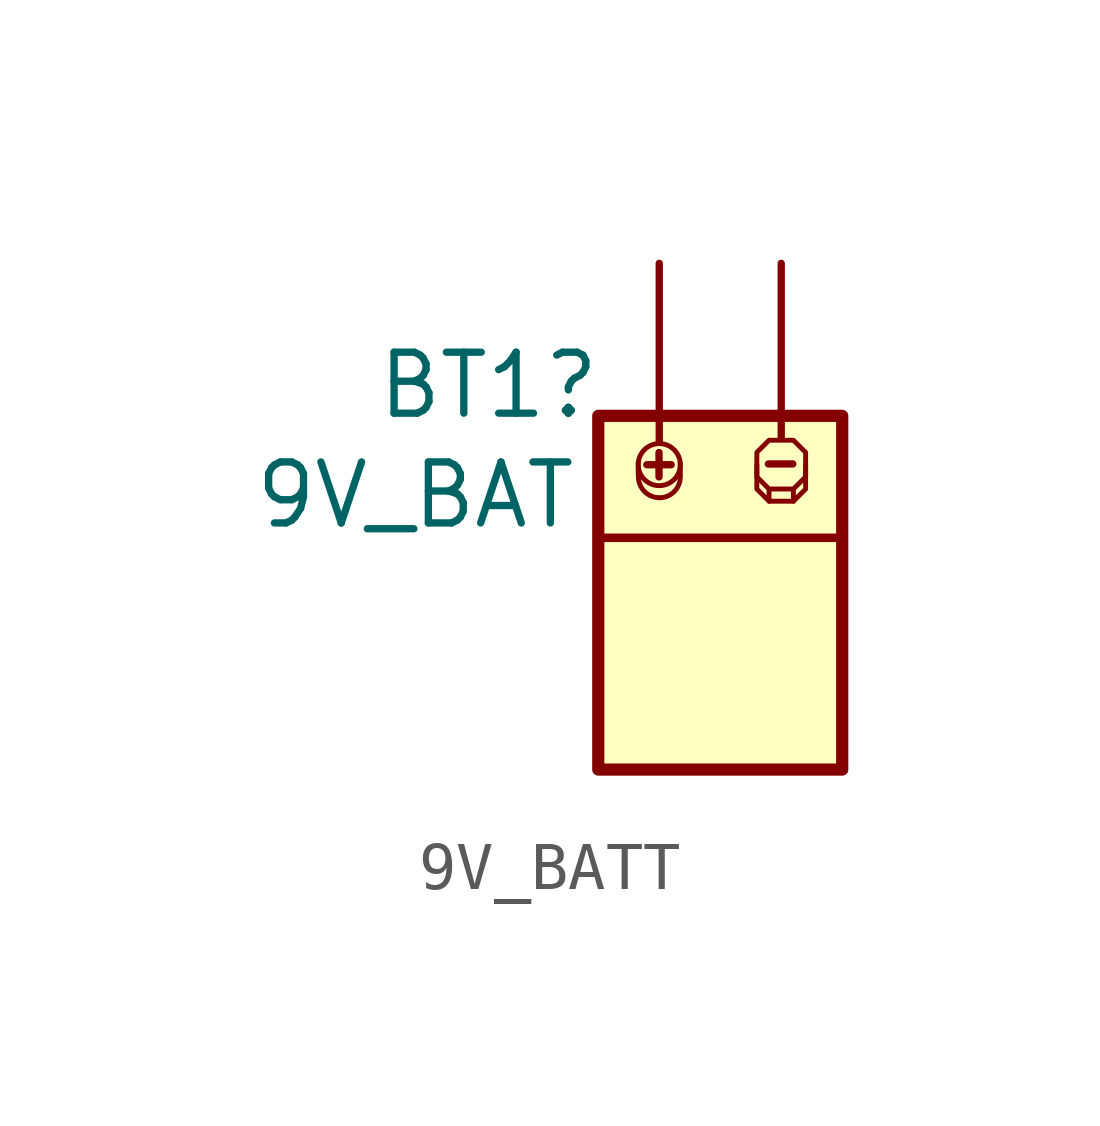
<source format=kicad_sym>
(kicad_symbol_lib
  (version 20231120)
  (generator "kicad_symbol_editor")
  (generator_version "8.0")
  (symbol "9V_BATT"
    (property "Reference" "BT1"
      (at -4.826 3.81 0)
      (effects (font (size 1.27 1.27))))
    (property "Value" "9V_BAT"
      (at -6.35 1.524 0)
      (effects (font (size 1.27 1.27))))
    (symbol "9V_BATT_0_1"
      (polyline (pts (xy -1.275 2.411) (xy -1.275 1.903)) (stroke (width 0) (type default)) (fill (type none)))
      (polyline (pts (xy -1.021 2.157) (xy -1.529 2.157)) (stroke (width 0) (type default)) (fill (type none)))
      (polyline (pts (xy 1.511 2.173) (xy 1.003 2.173)) (stroke (width 0) (type default)) (fill (type none))))
    (symbol "9V_BATT_1_1"
      (rectangle (start -2.54 3.175) (end 2.54 -4.191) (stroke (width 0.254) (type default)) (fill (type background)))
      (arc (start -1.7054 1.9077) (mid -1.5771 1.5978) (end -1.2672 1.4695) (stroke (width 0.1016) (type default)) (fill (type none)))
      (circle (center -1.27 2.159) (radius 0.438) (stroke (width 0.102) (type default)) (fill (type none)))
      (arc (start -1.2671 1.4694) (mid -0.9593 1.5972) (end -0.832 1.9052) (stroke (width 0.1016) (type default)) (fill (type none)))
      (polyline (pts (xy -2.54 0.635) (xy 2.54 0.635)) (stroke (width 0.178) (type default)) (fill (type none)))
      (polyline (pts (xy -1.708 2.195) (xy -1.708 1.94)) (stroke (width 0.102) (type default)) (fill (type none)))
      (polyline (pts (xy -0.832 2.184) (xy -0.832 1.929)) (stroke (width 0.102) (type default)) (fill (type none)))
      (polyline (pts (xy 1.016 1.397) (xy 1.016 1.651)) (stroke (width 0.102) (type default)) (fill (type none)))
      (polyline (pts (xy 1.524 1.397) (xy 1.524 1.651)) (stroke (width 0.102) (type default)) (fill (type none)))
      (polyline (pts (xy 0.762 2.159) (xy 0.762 1.651) (xy 1.016 1.397) (xy 1.524 1.397) (xy 1.778 1.651) (xy 1.778 2.159)) (stroke (width 0.102) (type default)) (fill (type none)))
      (polyline (pts (xy 0.762 2.413) (xy 0.762 1.905) (xy 1.016 1.651) (xy 1.524 1.651) (xy 1.778 1.905) (xy 1.778 2.413) (xy 1.524 2.667) (xy 1.016 2.667) (xy 0.762 2.413)) (stroke (width 0.102) (type default)) (fill (type none)))
      (pin power_out line (at -1.27 6.35 270) (length 3.708) (name "" (effects (font (size 1.27 1.27)))) (number "" (effects (font (size 1.27 1.27)))) (alternate "+" power_out line) (alternate "9V" power_out line))
      (pin power_out line (at 1.27 6.35 270) (length 3.632) (name "" (effects (font (size 1.27 1.27)))) (number "" (effects (font (size 1.27 1.27)))) (alternate "0V" power_out line) (alternate "GND" power_out line)))))
</source>
